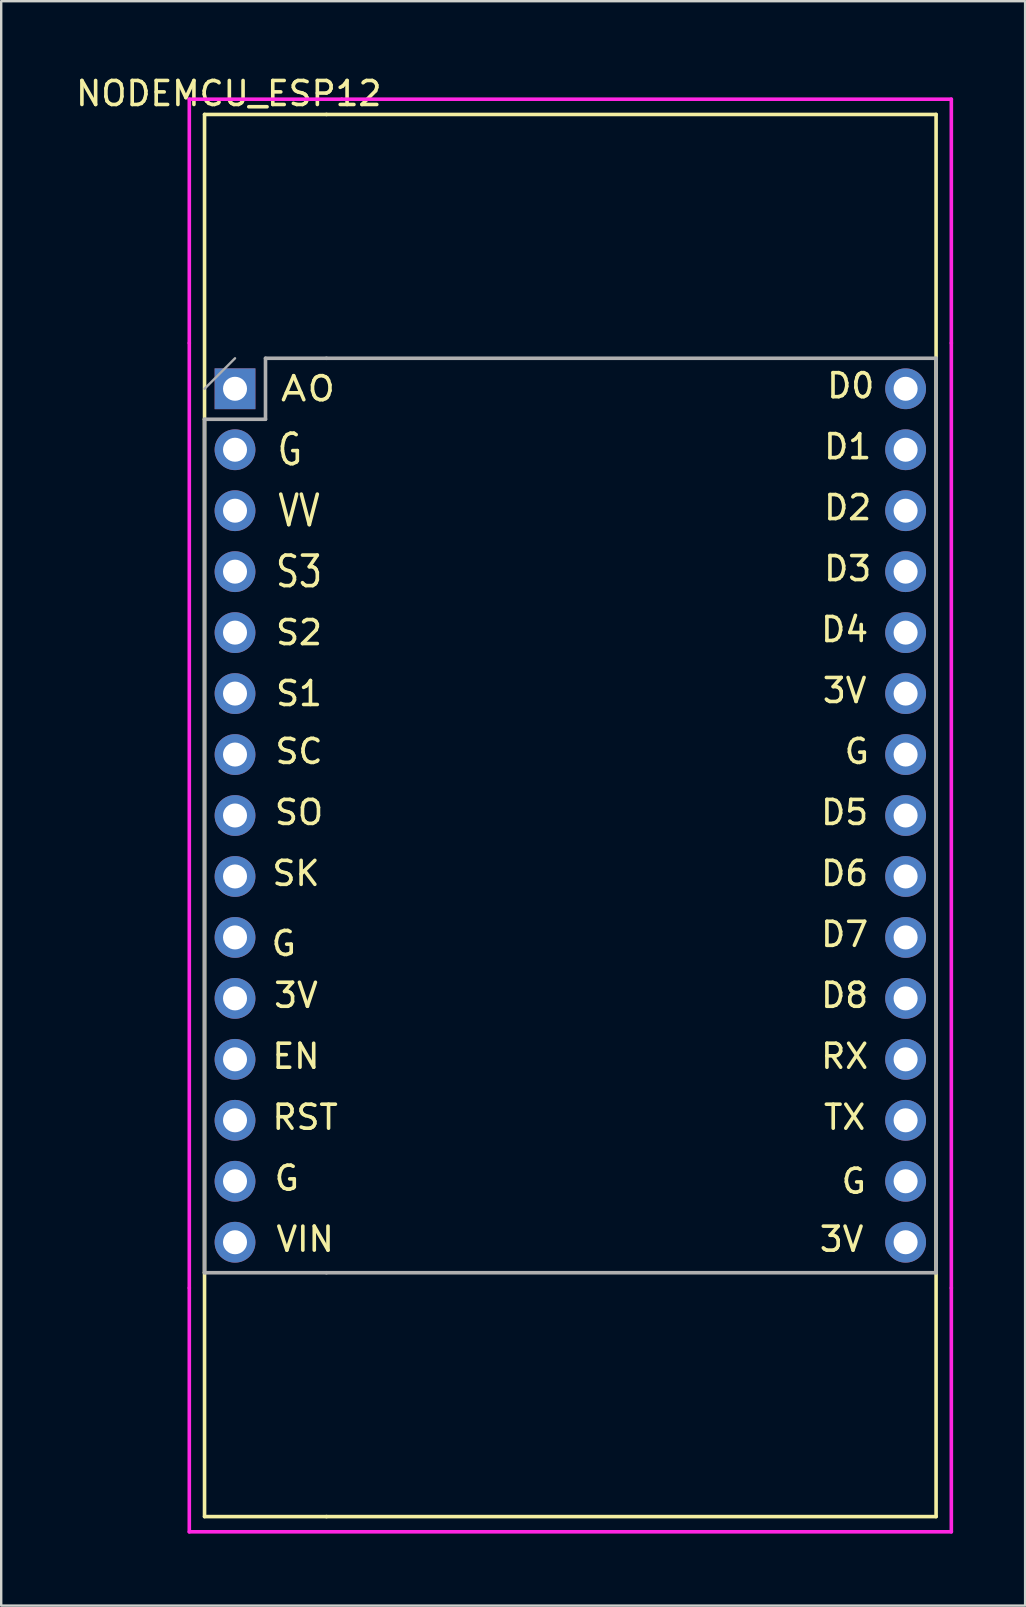
<source format=kicad_pcb>
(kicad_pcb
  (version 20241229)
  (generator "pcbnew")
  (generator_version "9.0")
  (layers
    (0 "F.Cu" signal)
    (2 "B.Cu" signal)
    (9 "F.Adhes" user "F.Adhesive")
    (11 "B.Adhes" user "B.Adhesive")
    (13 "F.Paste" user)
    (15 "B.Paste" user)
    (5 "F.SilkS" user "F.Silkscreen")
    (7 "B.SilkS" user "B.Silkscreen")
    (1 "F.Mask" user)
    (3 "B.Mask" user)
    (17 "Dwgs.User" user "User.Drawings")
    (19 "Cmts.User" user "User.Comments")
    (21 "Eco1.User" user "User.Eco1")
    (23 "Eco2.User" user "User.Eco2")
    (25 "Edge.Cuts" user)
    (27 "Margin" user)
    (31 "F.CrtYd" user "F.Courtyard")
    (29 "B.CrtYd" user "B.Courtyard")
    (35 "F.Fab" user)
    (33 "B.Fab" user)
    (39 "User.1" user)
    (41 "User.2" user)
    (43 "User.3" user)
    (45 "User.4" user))
  (footprint "NODEMCU_ESP12"
    (layer "F.Cu")
    (at 21.982 30.928)
    (property "Reference" "NODEMCU_ESP12" (at -15.5 -30.08 0) (layer "F.SilkS") (effects (font (size 1 1) (thickness 0.15))))
    (attr through_hole)
    (fp_line (start -16.51 -29.21) (end -11.43 -29.21) (stroke (width 0.15) (type solid)) (layer "F.SilkS"))
    (fp_line (start -16.51 -16.51) (end -16.51 -29.21) (stroke (width 0.15) (type solid)) (layer "F.SilkS"))
    (fp_line (start -16.51 -16.51) (end -16.51 19.05) (stroke (width 0.15) (type solid)) (layer "F.SilkS"))
    (fp_line (start -16.51 29.21) (end -16.51 19.05) (stroke (width 0.15) (type solid)) (layer "F.SilkS"))
    (fp_line (start -11.43 29.21) (end -16.51 29.21) (stroke (width 0.15) (type solid)) (layer "F.SilkS"))
    (fp_line (start -11.43 29.21) (end 13.97 29.21) (stroke (width 0.15) (type solid)) (layer "F.SilkS"))
    (fp_line (start 13.97 -29.21) (end -11.43 -29.21) (stroke (width 0.15) (type solid)) (layer "F.SilkS"))
    (fp_line (start 13.97 -19.05) (end 13.97 -29.21) (stroke (width 0.15) (type solid)) (layer "F.SilkS"))
    (fp_line (start 13.97 19.05) (end 13.97 -19.05) (stroke (width 0.15) (type solid)) (layer "F.SilkS"))
    (fp_line (start 13.97 19.05) (end 13.97 29.21) (stroke (width 0.15) (type solid)) (layer "F.SilkS"))
    (fp_line (start -17.145 -29.845) (end -10.795 -29.845) (stroke (width 0.15) (type solid)) (layer "F.CrtYd"))
    (fp_line (start -17.145 -19.685) (end -17.145 -29.845) (stroke (width 0.15) (type solid)) (layer "F.CrtYd"))
    (fp_line (start -17.145 19.685) (end -17.145 -19.685) (stroke (width 0.15) (type solid)) (layer "F.CrtYd"))
    (fp_line (start -17.145 19.685) (end -17.145 29.845) (stroke (width 0.15) (type solid)) (layer "F.CrtYd"))
    (fp_line (start -10.795 -29.845) (end 14.605 -29.845) (stroke (width 0.15) (type solid)) (layer "F.CrtYd"))
    (fp_line (start 14.605 -19.685) (end 14.605 -29.845) (stroke (width 0.15) (type solid)) (layer "F.CrtYd"))
    (fp_line (start 14.605 -19.685) (end 14.605 19.685) (stroke (width 0.15) (type solid)) (layer "F.CrtYd"))
    (fp_line (start 14.605 19.685) (end 14.605 29.845) (stroke (width 0.15) (type solid)) (layer "F.CrtYd"))
    (fp_line (start 14.605 29.845) (end -17.145 29.845) (stroke (width 0.15) (type solid)) (layer "F.CrtYd"))
    (fp_line (start -16.51 -17.78) (end -15.24 -19.05) (stroke (width 0.1) (type solid)) (layer "F.Fab"))
    (fp_line (start -16.51 -16.51) (end -13.97 -16.51) (stroke (width 0.15) (type solid)) (layer "F.Fab"))
    (fp_line (start -16.51 19.05) (end -16.51 -16.51) (stroke (width 0.15) (type solid)) (layer "F.Fab"))
    (fp_line (start -13.97 -19.05) (end -11.43 -19.05) (stroke (width 0.15) (type solid)) (layer "F.Fab"))
    (fp_line (start -13.97 -16.51) (end -13.97 -19.05) (stroke (width 0.15) (type solid)) (layer "F.Fab"))
    (fp_line (start -11.43 -19.05) (end 13.97 -19.05) (stroke (width 0.15) (type solid)) (layer "F.Fab"))
    (fp_line (start -11.43 19.05) (end -16.51 19.05) (stroke (width 0.15) (type solid)) (layer "F.Fab"))
    (fp_line (start 13.97 -19.05) (end 13.97 19.05) (stroke (width 0.15) (type solid)) (layer "F.Fab"))
    (fp_line (start 13.97 19.05) (end -11.43 19.05) (stroke (width 0.15) (type solid)) (layer "F.Fab"))
    (fp_text user "D8" (at 10.16 7.493 0) (layer "F.SilkS") (effects (font (size 1 1) (thickness 0.15))))
    (fp_text user "S1" (at -12.573 -5.08 0) (layer "F.SilkS") (effects (font (size 1 1) (thickness 0.15))))
    (fp_text user "G" (at -13.081 15.113 0) (layer "F.SilkS") (effects (font (size 1 1) (thickness 0.15))))
    (fp_text user "EN" (at -12.7 10.033 0) (layer "F.SilkS") (effects (font (size 1 1) (thickness 0.15))))
    (fp_text user "3V" (at 10.033 17.653 0) (layer "F.SilkS") (effects (font (size 1 1) (thickness 0.15))))
    (fp_text user "RST" (at -12.319 12.573 0) (layer "F.SilkS") (effects (font (size 1 1) (thickness 0.15))))
    (fp_text user "3V" (at -12.7 7.493 0) (layer "F.SilkS") (effects (font (size 1 1) (thickness 0.15))))
    (fp_text user "D1" (at 10.287 -15.367 0) (layer "F.SilkS") (effects (font (size 1 1) (thickness 0.15))))
    (fp_text user "VV" (at -12.573 -12.7 0) (layer "F.SilkS") (effects (font (size 1.27 1) (thickness 0.15))))
    (fp_text user "D4" (at 10.16 -7.747 0) (layer "F.SilkS") (effects (font (size 1 1) (thickness 0.15))))
    (fp_text user "G" (at 10.541 15.24 0) (layer "F.SilkS") (effects (font (size 1 1) (thickness 0.15))))
    (fp_text user "S3" (at -12.573 -10.16 0) (layer "F.SilkS") (effects (font (size 1.27 1) (thickness 0.15))))
    (fp_text user "SO" (at -12.573 -0.127 0) (layer "F.SilkS") (effects (font (size 1 1) (thickness 0.15))))
    (fp_text user "VIN" (at -12.319 17.653 0) (layer "F.SilkS") (effects (font (size 1 1) (thickness 0.15))))
    (fp_text user "SK" (at -12.7 2.413 0) (layer "F.SilkS") (effects (font (size 1 1) (thickness 0.15))))
    (fp_text user "A0" (at -12.192 -17.78 0) (layer "F.SilkS") (effects (font (size 1 1.27) (thickness 0.15))))
    (fp_text user "RX" (at 10.16 10.033 0) (layer "F.SilkS") (effects (font (size 1 1) (thickness 0.15))))
    (fp_text user "S2" (at -12.573 -7.62 0) (layer "F.SilkS") (effects (font (size 1 1) (thickness 0.15))))
    (fp_text user "D6" (at 10.16 2.413 0) (layer "F.SilkS") (effects (font (size 1 1) (thickness 0.15))))
    (fp_text user "D7" (at 10.16 4.953 0) (layer "F.SilkS") (effects (font (size 1 1) (thickness 0.15))))
    (fp_text user "3V" (at 10.16 -5.207 0) (layer "F.SilkS") (effects (font (size 1 1) (thickness 0.15))))
    (fp_text user "TX" (at 10.16 12.573 0) (layer "F.SilkS") (effects (font (size 1 1) (thickness 0.15))))
    (fp_text user "D0" (at 10.414 -17.907 0) (layer "F.SilkS") (effects (font (size 1 1) (thickness 0.15))))
    (fp_text user "G" (at -12.954 -15.24 0) (layer "F.SilkS") (effects (font (size 1.27 1) (thickness 0.15))))
    (fp_text user "D3" (at 10.287 -10.287 0) (layer "F.SilkS") (effects (font (size 1 1) (thickness 0.15))))
    (fp_text user "D5" (at 10.16 -0.127 0) (layer "F.SilkS") (effects (font (size 1 1) (thickness 0.15))))
    (fp_text user "SC" (at -12.573 -2.667 0) (layer "F.SilkS") (effects (font (size 1 1) (thickness 0.15))))
    (fp_text user "G" (at 10.668 -2.667 0) (layer "F.SilkS") (effects (font (size 1 1) (thickness 0.15))))
    (fp_text user "D2" (at 10.287 -12.827 0) (layer "F.SilkS") (effects (font (size 1 1) (thickness 0.15))))
    (fp_text user "G" (at -13.208 5.334 0) (layer "F.SilkS") (effects (font (size 1 1) (thickness 0.15))))
    (pad "1" thru_hole rect (at -15.24 -17.78) (size 1.7 1.7) (drill 1) (layers "*.Cu" "*.Mask"))
    (pad "2" thru_hole oval (at -15.24 -15.24) (size 1.7 1.7) (drill 1) (layers "*.Cu" "*.Mask"))
    (pad "3" thru_hole oval (at -15.24 -12.7) (size 1.7 1.7) (drill 1) (layers "*.Cu" "*.Mask"))
    (pad "4" thru_hole oval (at -15.24 -10.16) (size 1.7 1.7) (drill 1) (layers "*.Cu" "*.Mask"))
    (pad "5" thru_hole oval (at -15.24 -7.62) (size 1.7 1.7) (drill 1) (layers "*.Cu" "*.Mask"))
    (pad "6" thru_hole oval (at -15.24 -5.08) (size 1.7 1.7) (drill 1) (layers "*.Cu" "*.Mask"))
    (pad "7" thru_hole oval (at -15.24 -2.54) (size 1.7 1.7) (drill 1) (layers "*.Cu" "*.Mask"))
    (pad "8" thru_hole oval (at -15.24 0) (size 1.7 1.7) (drill 1) (layers "*.Cu" "*.Mask"))
    (pad "9" thru_hole oval (at -15.24 2.54) (size 1.7 1.7) (drill 1) (layers "*.Cu" "*.Mask"))
    (pad "10" thru_hole oval (at -15.24 5.08) (size 1.7 1.7) (drill 1) (layers "*.Cu" "*.Mask"))
    (pad "11" thru_hole oval (at -15.24 7.62) (size 1.7 1.7) (drill 1) (layers "*.Cu" "*.Mask"))
    (pad "12" thru_hole oval (at -15.24 10.16) (size 1.7 1.7) (drill 1) (layers "*.Cu" "*.Mask"))
    (pad "13" thru_hole oval (at -15.24 12.7) (size 1.7 1.7) (drill 1) (layers "*.Cu" "*.Mask"))
    (pad "14" thru_hole oval (at -15.24 15.24) (size 1.7 1.7) (drill 1) (layers "*.Cu" "*.Mask"))
    (pad "15" thru_hole oval (at -15.24 17.78) (size 1.7 1.7) (drill 1) (layers "*.Cu" "*.Mask"))
    (pad "16" thru_hole oval (at 12.7 17.78) (size 1.7 1.7) (drill 1) (layers "*.Cu" "*.Mask"))
    (pad "17" thru_hole oval (at 12.7 15.24) (size 1.7 1.7) (drill 1) (layers "*.Cu" "*.Mask"))
    (pad "18" thru_hole oval (at 12.7 12.7) (size 1.7 1.7) (drill 1) (layers "*.Cu" "*.Mask"))
    (pad "19" thru_hole oval (at 12.7 10.16) (size 1.7 1.7) (drill 1) (layers "*.Cu" "*.Mask"))
    (pad "20" thru_hole oval (at 12.7 7.62) (size 1.7 1.7) (drill 1) (layers "*.Cu" "*.Mask"))
    (pad "21" thru_hole oval (at 12.7 5.08) (size 1.7 1.7) (drill 1) (layers "*.Cu" "*.Mask"))
    (pad "22" thru_hole oval (at 12.7 2.54) (size 1.7 1.7) (drill 1) (layers "*.Cu" "*.Mask"))
    (pad "23" thru_hole oval (at 12.7 0) (size 1.7 1.7) (drill 1) (layers "*.Cu" "*.Mask"))
    (pad "24" thru_hole oval (at 12.7 -2.54) (size 1.7 1.7) (drill 1) (layers "*.Cu" "*.Mask"))
    (pad "25" thru_hole oval (at 12.7 -5.08) (size 1.7 1.7) (drill 1) (layers "*.Cu" "*.Mask"))
    (pad "26" thru_hole oval (at 12.7 -7.62) (size 1.7 1.7) (drill 1) (layers "*.Cu" "*.Mask"))
    (pad "27" thru_hole oval (at 12.7 -10.16) (size 1.7 1.7) (drill 1) (layers "*.Cu" "*.Mask"))
    (pad "28" thru_hole oval (at 12.7 -12.7) (size 1.7 1.7) (drill 1) (layers "*.Cu" "*.Mask"))
    (pad "29" thru_hole oval (at 12.7 -15.24) (size 1.7 1.7) (drill 1) (layers "*.Cu" "*.Mask"))
    (pad "30" thru_hole oval (at 12.7 -17.78) (size 1.7 1.7) (drill 1) (layers "*.Cu" "*.Mask")))
  (gr_rect
    (start -3 -3)
    (end 39.662 63.848)
    (stroke (width 0.1) (type default))
    (fill no)
    (layer "Edge.Cuts")))
</source>
